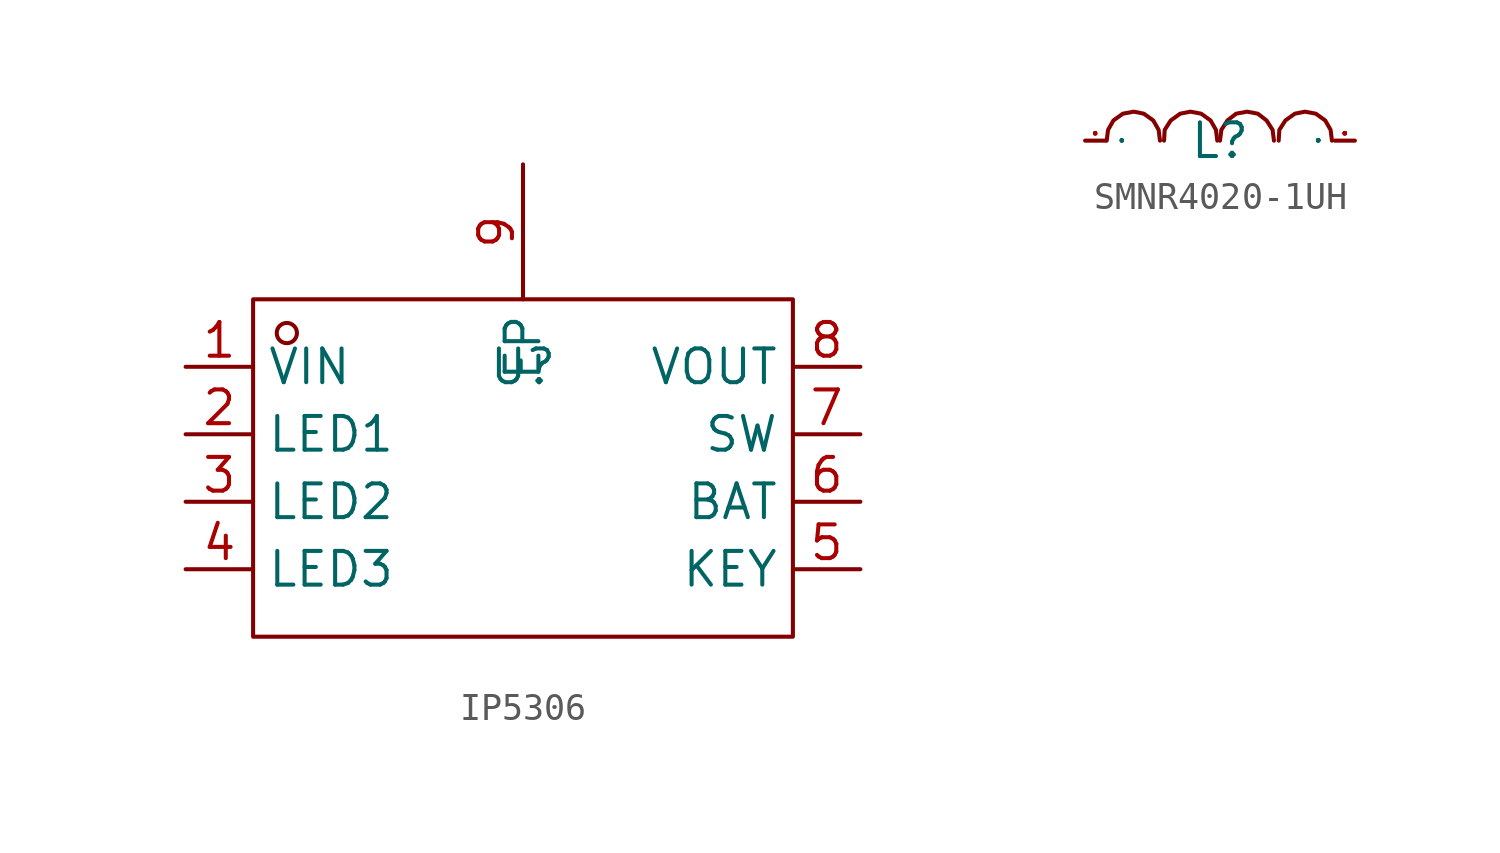
<source format=kicad_sym>
(kicad_symbol_lib
  (version 20241209)
  (generator "kicad_symbol_editor")
  (generator_version "9.0")
  (symbol "IP5306"
    (property "Reference" "U"
      (at 0 0 0)
      (effects (font (size 1.27 1.27))))
    (property "Value" ""
      (at 0 0 0)
      (effects (font (size 1.27 1.27))))
    (symbol "IP5306_1_0"
      (rectangle (start -10.16 -10.16) (end 10.16 2.54) (stroke (width 0) (type default)) (fill (type none)))
      (circle (center -8.89 1.27) (radius 0.381) (stroke (width 0) (type default)) (fill (type none)))
      (pin unspecified line (at -12.7 0 0) (length 2.54) (name "VIN" (effects (font (size 1.27 1.27)))) (number "1" (effects (font (size 1.27 1.27)))))
      (pin unspecified line (at -12.7 -2.54 0) (length 2.54) (name "LED1" (effects (font (size 1.27 1.27)))) (number "2" (effects (font (size 1.27 1.27)))))
      (pin unspecified line (at -12.7 -5.08 0) (length 2.54) (name "LED2" (effects (font (size 1.27 1.27)))) (number "3" (effects (font (size 1.27 1.27)))))
      (pin unspecified line (at -12.7 -7.62 0) (length 2.54) (name "LED3" (effects (font (size 1.27 1.27)))) (number "4" (effects (font (size 1.27 1.27)))))
      (pin unspecified line (at 0 7.62 270) (length 5.08) (name "EP" (effects (font (size 1.27 1.27)))) (number "9" (effects (font (size 1.27 1.27)))))
      (pin unspecified line (at 12.7 0 180) (length 2.54) (name "VOUT" (effects (font (size 1.27 1.27)))) (number "8" (effects (font (size 1.27 1.27)))))
      (pin unspecified line (at 12.7 -2.54 180) (length 2.54) (name "SW" (effects (font (size 1.27 1.27)))) (number "7" (effects (font (size 1.27 1.27)))))
      (pin unspecified line (at 12.7 -5.08 180) (length 2.54) (name "BAT" (effects (font (size 1.27 1.27)))) (number "6" (effects (font (size 1.27 1.27)))))
      (pin unspecified line (at 12.7 -7.62 180) (length 2.54) (name "KEY" (effects (font (size 1.27 1.27)))) (number "5" (effects (font (size 1.27 1.27)))))))
  (symbol "SMNR4020-1UH"
    (property "Reference" "L"
      (at 0 0 0)
      (effects (font (size 1.27 1.27))))
    (symbol "SMNR4020-1UH_1_0"
      (polyline (pts (xy -4.267 0) (xy -4.216 0.406) (xy -4.216 0.406) (xy -4.013 0.762) (xy -4.013 0.762) (xy -3.658 1.016) (xy -3.658 1.016) (xy -3.251 1.092) (xy -3.251 1.092) (xy -2.87 1.016) (xy -2.87 1.016) (xy -2.515 0.762) (xy -2.515 0.762) (xy -2.311 0.406) (xy -2.311 0.406) (xy -2.261 0)) (stroke (width 0) (type default)) (fill (type none)))
      (polyline (pts (xy -2.108 0) (xy -2.083 0.406) (xy -2.083 0.406) (xy -1.854 0.762) (xy -1.854 0.762) (xy -1.499 1.016) (xy -1.499 1.016) (xy -1.118 1.092) (xy -1.118 1.092) (xy -0.711 1.016) (xy -0.711 1.016) (xy -0.356 0.762) (xy -0.356 0.762) (xy -0.152 0.406) (xy -0.152 0.406) (xy -0.102 0)) (stroke (width 0) (type default)) (fill (type none)))
      (polyline (pts (xy 0 0) (xy 0.051 0.406) (xy 0.051 0.406) (xy 0.279 0.762) (xy 0.279 0.762) (xy 0.61 1.016) (xy 0.61 1.016) (xy 1.016 1.092) (xy 1.016 1.092) (xy 1.422 1.016) (xy 1.422 1.016) (xy 1.753 0.762) (xy 1.753 0.762) (xy 1.981 0.406) (xy 1.981 0.406) (xy 2.032 0)) (stroke (width 0) (type default)) (fill (type none)))
      (polyline (pts (xy 2.21 0) (xy 2.235 0.406) (xy 2.235 0.406) (xy 2.464 0.762) (xy 2.464 0.762) (xy 2.819 1.016) (xy 2.819 1.016) (xy 3.2 1.092) (xy 3.2 1.092) (xy 3.607 1.016) (xy 3.607 1.016) (xy 3.962 0.762) (xy 3.962 0.762) (xy 4.166 0.406) (xy 4.166 0.406) (xy 4.216 0)) (stroke (width 0) (type default)) (fill (type none)))
      (pin input line (at -5.08 0 0) (length 0.762) (name "1" (effects (font (size 0.025 0.025)))) (number "1" (effects (font (size 0.025 0.025)))))
      (pin input line (at 5.08 0 180) (length 0.762) (name "2" (effects (font (size 0.025 0.025)))) (number "2" (effects (font (size 0.025 0.025))))))))
</source>
